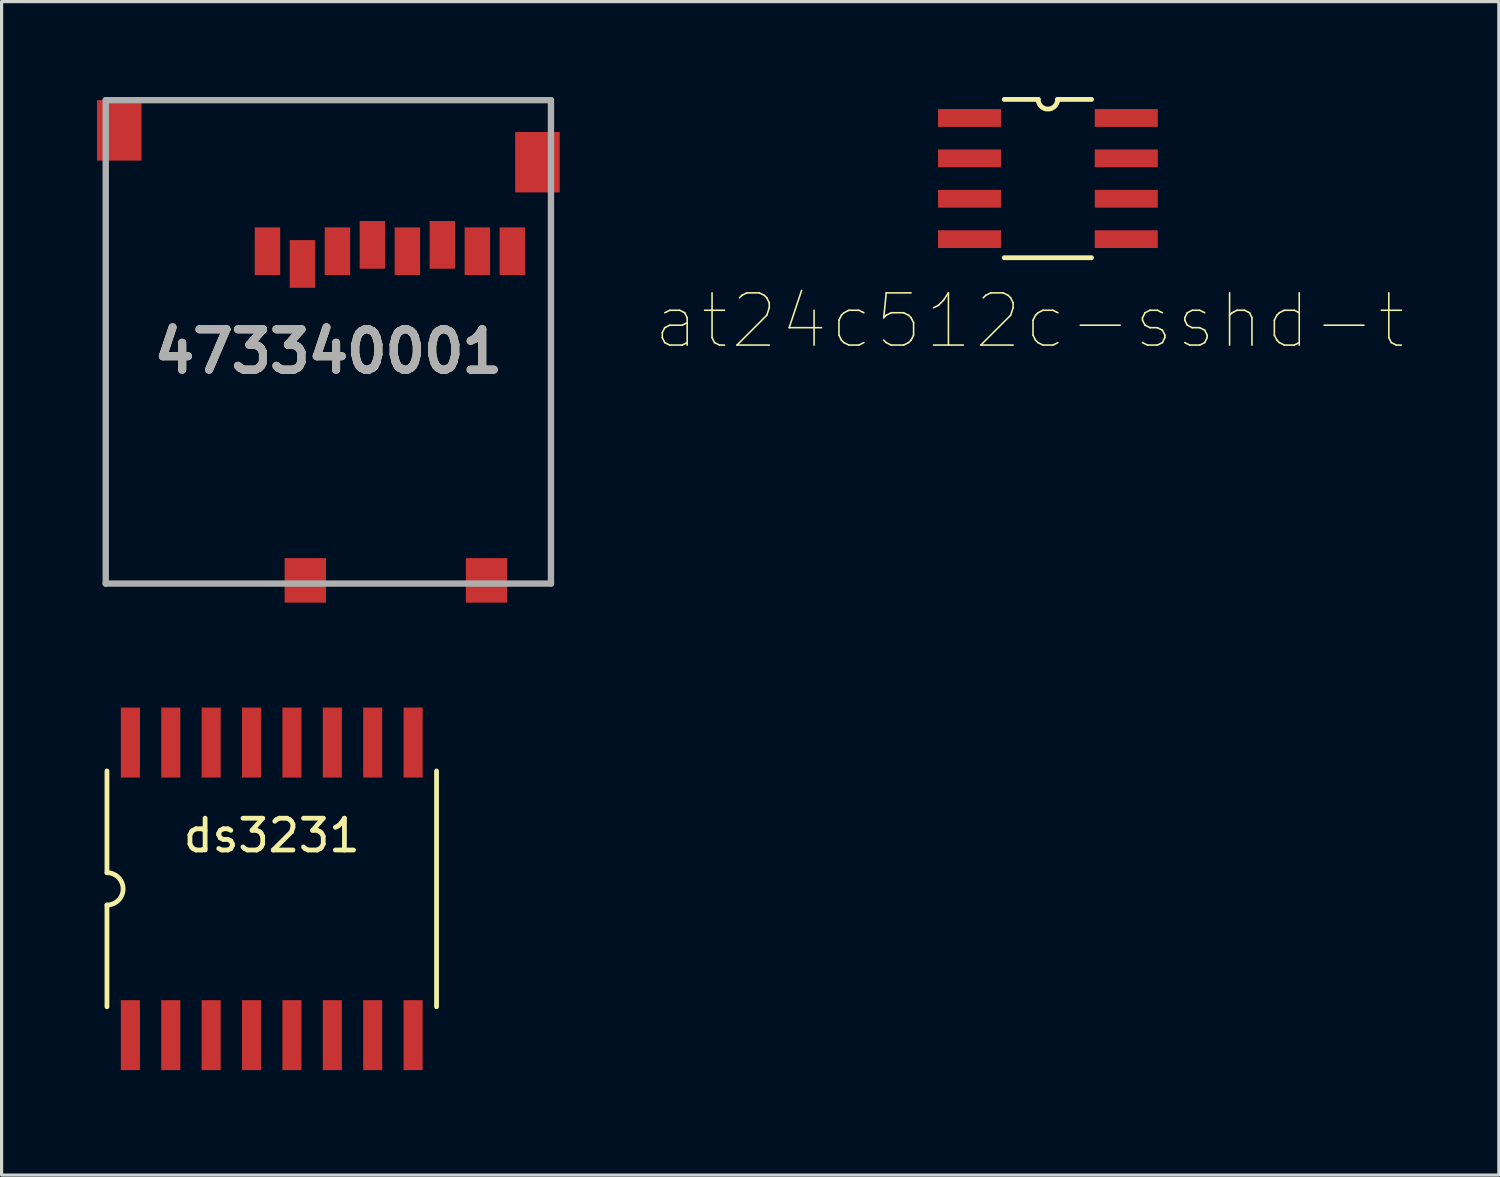
<source format=kicad_pcb>
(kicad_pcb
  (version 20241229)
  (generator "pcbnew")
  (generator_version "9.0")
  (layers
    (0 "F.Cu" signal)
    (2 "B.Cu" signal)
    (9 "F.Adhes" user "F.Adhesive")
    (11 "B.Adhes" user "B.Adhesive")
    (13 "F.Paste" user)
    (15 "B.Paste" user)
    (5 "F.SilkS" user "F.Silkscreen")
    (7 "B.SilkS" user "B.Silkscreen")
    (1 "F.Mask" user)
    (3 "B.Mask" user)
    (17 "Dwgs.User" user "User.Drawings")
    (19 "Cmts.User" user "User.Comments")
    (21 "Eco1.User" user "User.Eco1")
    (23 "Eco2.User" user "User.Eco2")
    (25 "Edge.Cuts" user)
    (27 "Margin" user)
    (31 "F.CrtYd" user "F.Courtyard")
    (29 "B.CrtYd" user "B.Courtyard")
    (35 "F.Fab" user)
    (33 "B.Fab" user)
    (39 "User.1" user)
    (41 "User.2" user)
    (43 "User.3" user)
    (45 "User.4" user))
  (footprint "473340001"
    (layer "F.Cu")
    (at 7.275 8)
    (property "Reference" "473340001" (at 0 0 0) (layer "F.SilkS") (effects (font (size 1.27 1.27) (thickness 0.254))))
    (attr smd)
    (fp_line (start -7 7.3) (end -7 -4.3) (stroke (width 0.1) (type solid)) (layer "F.SilkS"))
    (fp_line (start -5 -7.9) (end 7 -7.9) (stroke (width 0.1) (type solid)) (layer "F.SilkS"))
    (fp_line (start -2 7.3) (end -7 7.3) (stroke (width 0.1) (type solid)) (layer "F.SilkS"))
    (fp_line (start 3.5 7.3) (end 0.5 7.3) (stroke (width 0.1) (type solid)) (layer "F.SilkS"))
    (fp_line (start 7 -7.9) (end 7 -7.4) (stroke (width 0.1) (type solid)) (layer "F.SilkS"))
    (fp_line (start 7 -4.3) (end 7 7.3) (stroke (width 0.1) (type solid)) (layer "F.SilkS"))
    (fp_line (start 7 7.3) (end 6 7.3) (stroke (width 0.1) (type solid)) (layer "F.SilkS"))
    (fp_line (start -7 -7.9) (end 7 -7.9) (stroke (width 0.2) (type solid)) (layer "F.Fab"))
    (fp_line (start -7 7.3) (end -7 -7.9) (stroke (width 0.2) (type solid)) (layer "F.Fab"))
    (fp_line (start 7 -7.9) (end 7 7.3) (stroke (width 0.2) (type solid)) (layer "F.Fab"))
    (fp_line (start 7 7.3) (end -7 7.3) (stroke (width 0.2) (type solid)) (layer "F.Fab"))
    (fp_text user "${REFERENCE}" (at 0 0 0) (layer "F.Fab") (effects (font (size 1.27 1.27) (thickness 0.254))))
    (pad "" smd rect (at -0.725 7.2) (size 1.3 1.4) (layers "F.Cu" "F.Mask" "F.Paste"))
    (pad "" smd rect (at 4.975 7.2) (size 1.3 1.4) (layers "F.Cu" "F.Mask" "F.Paste"))
    (pad "1" smd rect (at -1.915 -3.15) (size 0.8 1.5) (layers "F.Cu" "F.Mask" "F.Paste"))
    (pad "2" smd rect (at -0.815 -2.75) (size 0.8 1.5) (layers "F.Cu" "F.Mask" "F.Paste"))
    (pad "3" smd rect (at 0.285 -3.15) (size 0.8 1.5) (layers "F.Cu" "F.Mask" "F.Paste"))
    (pad "4" smd rect (at 1.385 -3.35) (size 0.8 1.5) (layers "F.Cu" "F.Mask" "F.Paste"))
    (pad "5" smd rect (at 2.485 -3.15) (size 0.8 1.5) (layers "F.Cu" "F.Mask" "F.Paste"))
    (pad "6" smd rect (at 3.585 -3.35) (size 0.8 1.5) (layers "F.Cu" "F.Mask" "F.Paste"))
    (pad "7" smd rect (at 4.685 -3.15) (size 0.8 1.5) (layers "F.Cu" "F.Mask" "F.Paste"))
    (pad "8" smd rect (at 5.785 -3.15) (size 0.8 1.5) (layers "F.Cu" "F.Mask" "F.Paste"))
    (pad "9" smd rect (at -6.575 -6.95) (size 1.4 1.9) (layers "F.Cu" "F.Mask" "F.Paste"))
    (pad "9" smd rect (at 6.575 -5.95) (size 1.4 1.9) (layers "F.Cu" "F.Mask" "F.Paste")))
  (footprint "ds3231"
    (layer "F.Cu")
    (at 5.495 24.9)
    (property "Reference" "ds3231" (at 0 -1.676 0) (layer "F.SilkS") (effects (font (size 1 1) (thickness 0.15))))
    (attr smd)
    (fp_line (start -5.182 -0.508) (end -5.182 -3.708) (stroke (width 0.15) (type solid)) (layer "F.SilkS"))
    (fp_line (start -5.182 0.508) (end -5.182 3.708) (stroke (width 0.15) (type solid)) (layer "F.SilkS"))
    (fp_line (start 5.182 -3.708) (end 5.182 3.708) (stroke (width 0.15) (type solid)) (layer "F.SilkS"))
    (fp_arc (start -5.1816 -0.508) (mid -4.6736 0) (end -5.1816 0.508) (stroke (width 0.15) (type solid)) (layer "F.SilkS"))
    (fp_line (start -5.395 -5.9) (end 5.395 -5.9) (stroke (width 0.2) (type solid)) (layer "Eco1.User"))
    (fp_line (start -5.395 5.9) (end -5.395 -5.9) (stroke (width 0.2) (type solid)) (layer "Eco1.User"))
    (fp_line (start 5.395 -5.9) (end 5.395 5.9) (stroke (width 0.2) (type solid)) (layer "Eco1.User"))
    (fp_line (start 5.395 5.9) (end -5.395 5.9) (stroke (width 0.2) (type solid)) (layer "Eco1.User"))
    (fp_line (start -5.19 -3.7) (end 5.19 -3.7) (stroke (width 0.203) (type solid)) (layer "Eco2.User"))
    (fp_line (start -5.19 3.2) (end -5.19 -3.7) (stroke (width 0.203) (type solid)) (layer "Eco2.User"))
    (fp_line (start -5.19 3.7) (end -5.19 3.2) (stroke (width 0.203) (type solid)) (layer "Eco2.User"))
    (fp_line (start 5.19 -3.7) (end 5.19 3.2) (stroke (width 0.203) (type solid)) (layer "Eco2.User"))
    (fp_line (start 5.19 3.2) (end -5.19 3.2) (stroke (width 0.203) (type solid)) (layer "Eco2.User"))
    (fp_line (start 5.19 3.2) (end 5.19 3.7) (stroke (width 0.203) (type solid)) (layer "Eco2.User"))
    (fp_line (start 5.19 3.7) (end -5.19 3.7) (stroke (width 0.203) (type solid)) (layer "Eco2.User"))
    (fp_poly (pts (xy -4.69 -5.32) (xy -4.2 -5.32) (xy -4.2 -3.8) (xy -4.69 -3.8)) (stroke (width 0.1) (type solid)) (fill no) (layer "Eco2.User"))
    (fp_poly (pts (xy -4.69 3.8) (xy -4.2 3.8) (xy -4.2 5.32) (xy -4.69 5.32)) (stroke (width 0.1) (type solid)) (fill no) (layer "Eco2.User"))
    (fp_poly (pts (xy -3.42 -5.32) (xy -2.93 -5.32) (xy -2.93 -3.8) (xy -3.42 -3.8)) (stroke (width 0.1) (type solid)) (fill no) (layer "Eco2.User"))
    (fp_poly (pts (xy -3.42 3.8) (xy -2.93 3.8) (xy -2.93 5.32) (xy -3.42 5.32)) (stroke (width 0.1) (type solid)) (fill no) (layer "Eco2.User"))
    (fp_poly (pts (xy -2.15 -5.32) (xy -1.66 -5.32) (xy -1.66 -3.8) (xy -2.15 -3.8)) (stroke (width 0.1) (type solid)) (fill no) (layer "Eco2.User"))
    (fp_poly (pts (xy -2.15 3.8) (xy -1.66 3.8) (xy -1.66 5.32) (xy -2.15 5.32)) (stroke (width 0.1) (type solid)) (fill no) (layer "Eco2.User"))
    (fp_poly (pts (xy -0.88 -5.32) (xy -0.39 -5.32) (xy -0.39 -3.8) (xy -0.88 -3.8)) (stroke (width 0.1) (type solid)) (fill no) (layer "Eco2.User"))
    (fp_poly (pts (xy -0.88 3.8) (xy -0.39 3.8) (xy -0.39 5.32) (xy -0.88 5.32)) (stroke (width 0.1) (type solid)) (fill no) (layer "Eco2.User"))
    (fp_poly (pts (xy 0.39 -5.32) (xy 0.88 -5.32) (xy 0.88 -3.8) (xy 0.39 -3.8)) (stroke (width 0.1) (type solid)) (fill no) (layer "Eco2.User"))
    (fp_poly (pts (xy 0.39 3.8) (xy 0.88 3.8) (xy 0.88 5.32) (xy 0.39 5.32)) (stroke (width 0.1) (type solid)) (fill no) (layer "Eco2.User"))
    (fp_poly (pts (xy 1.66 -5.32) (xy 2.15 -5.32) (xy 2.15 -3.8) (xy 1.66 -3.8)) (stroke (width 0.1) (type solid)) (fill no) (layer "Eco2.User"))
    (fp_poly (pts (xy 1.66 3.8) (xy 2.15 3.8) (xy 2.15 5.32) (xy 1.66 5.32)) (stroke (width 0.1) (type solid)) (fill no) (layer "Eco2.User"))
    (fp_poly (pts (xy 2.93 -5.32) (xy 3.42 -5.32) (xy 3.42 -3.8) (xy 2.93 -3.8)) (stroke (width 0.1) (type solid)) (fill no) (layer "Eco2.User"))
    (fp_poly (pts (xy 2.93 3.8) (xy 3.42 3.8) (xy 3.42 5.32) (xy 2.93 5.32)) (stroke (width 0.1) (type solid)) (fill no) (layer "Eco2.User"))
    (fp_poly (pts (xy 4.2 -5.32) (xy 4.69 -5.32) (xy 4.69 -3.8) (xy 4.2 -3.8)) (stroke (width 0.1) (type solid)) (fill no) (layer "Eco2.User"))
    (fp_poly (pts (xy 4.2 3.8) (xy 4.69 3.8) (xy 4.69 5.32) (xy 4.2 5.32)) (stroke (width 0.1) (type solid)) (fill no) (layer "Eco2.User"))
    (pad "1" smd rect (at -4.445 4.6) (size 0.6 2.2) (layers "F.Cu" "F.Mask" "F.Paste"))
    (pad "2" smd rect (at -3.175 4.6) (size 0.6 2.2) (layers "F.Cu" "F.Mask" "F.Paste"))
    (pad "3" smd rect (at -1.905 4.6) (size 0.6 2.2) (layers "F.Cu" "F.Mask" "F.Paste"))
    (pad "4" smd rect (at -0.635 4.6) (size 0.6 2.2) (layers "F.Cu" "F.Mask" "F.Paste"))
    (pad "5" smd rect (at 0.635 4.6) (size 0.6 2.2) (layers "F.Cu" "F.Mask" "F.Paste"))
    (pad "6" smd rect (at 1.905 4.6) (size 0.6 2.2) (layers "F.Cu" "F.Mask" "F.Paste"))
    (pad "7" smd rect (at 3.175 4.6) (size 0.6 2.2) (layers "F.Cu" "F.Mask" "F.Paste"))
    (pad "8" smd rect (at 4.445 4.6) (size 0.6 2.2) (layers "F.Cu" "F.Mask" "F.Paste"))
    (pad "9" smd rect (at 4.445 -4.6) (size 0.6 2.2) (layers "F.Cu" "F.Mask" "F.Paste"))
    (pad "10" smd rect (at 3.175 -4.6) (size 0.6 2.2) (layers "F.Cu" "F.Mask" "F.Paste"))
    (pad "11" smd rect (at 1.905 -4.6) (size 0.6 2.2) (layers "F.Cu" "F.Mask" "F.Paste"))
    (pad "12" smd rect (at 0.635 -4.6) (size 0.6 2.2) (layers "F.Cu" "F.Mask" "F.Paste"))
    (pad "13" smd rect (at -0.635 -4.6) (size 0.6 2.2) (layers "F.Cu" "F.Mask" "F.Paste"))
    (pad "14" smd rect (at -1.905 -4.6) (size 0.6 2.2) (layers "F.Cu" "F.Mask" "F.Paste"))
    (pad "15" smd rect (at -3.175 -4.6) (size 0.6 2.2) (layers "F.Cu" "F.Mask" "F.Paste"))
    (pad "16" smd rect (at -4.445 -4.6) (size 0.6 2.2) (layers "F.Cu" "F.Mask" "F.Paste")))
  (footprint "at24c512c-sshd-t"
    (layer "F.Cu")
    (at 29.901 2.565)
    (property "Reference" "at24c512c-sshd-t" (at -0.585 4.479 0) (layer "F.SilkS") (effects (font (size 1.643 1.643) (thickness 0.05))))
    (attr smd)
    (fp_line (start -1.372 2.489) (end 1.372 2.489) (stroke (width 0.152) (type solid)) (layer "F.SilkS"))
    (fp_line (start -0.305 -2.489) (end -1.372 -2.489) (stroke (width 0.152) (type solid)) (layer "F.SilkS"))
    (fp_line (start 1.372 -2.489) (end 0.305 -2.489) (stroke (width 0.152) (type solid)) (layer "F.SilkS"))
    (fp_arc (start 0.3048 -2.4892) (mid 0 -2.1844) (end -0.3048 -2.4892) (stroke (width 0.1524) (type solid)) (layer "F.SilkS"))
    (fp_line (start -3.099 -2.159) (end -3.099 -1.651) (stroke (width 0.1) (type solid)) (layer "Eco2.User"))
    (fp_line (start -3.099 -1.651) (end -2.007 -1.651) (stroke (width 0.1) (type solid)) (layer "Eco2.User"))
    (fp_line (start -3.099 -0.889) (end -3.099 -0.381) (stroke (width 0.1) (type solid)) (layer "Eco2.User"))
    (fp_line (start -3.099 -0.381) (end -2.007 -0.381) (stroke (width 0.1) (type solid)) (layer "Eco2.User"))
    (fp_line (start -3.099 0.381) (end -3.099 0.889) (stroke (width 0.1) (type solid)) (layer "Eco2.User"))
    (fp_line (start -3.099 0.889) (end -2.007 0.889) (stroke (width 0.1) (type solid)) (layer "Eco2.User"))
    (fp_line (start -3.099 1.651) (end -3.099 2.159) (stroke (width 0.1) (type solid)) (layer "Eco2.User"))
    (fp_line (start -3.099 2.159) (end -2.007 2.159) (stroke (width 0.1) (type solid)) (layer "Eco2.User"))
    (fp_line (start -2.007 -2.489) (end -2.007 2.489) (stroke (width 0.1) (type solid)) (layer "Eco2.User"))
    (fp_line (start -2.007 -2.159) (end -3.099 -2.159) (stroke (width 0.1) (type solid)) (layer "Eco2.User"))
    (fp_line (start -2.007 -1.651) (end -2.007 -2.159) (stroke (width 0.1) (type solid)) (layer "Eco2.User"))
    (fp_line (start -2.007 -0.889) (end -3.099 -0.889) (stroke (width 0.1) (type solid)) (layer "Eco2.User"))
    (fp_line (start -2.007 -0.381) (end -2.007 -0.889) (stroke (width 0.1) (type solid)) (layer "Eco2.User"))
    (fp_line (start -2.007 0.381) (end -3.099 0.381) (stroke (width 0.1) (type solid)) (layer "Eco2.User"))
    (fp_line (start -2.007 0.889) (end -2.007 0.381) (stroke (width 0.1) (type solid)) (layer "Eco2.User"))
    (fp_line (start -2.007 1.651) (end -3.099 1.651) (stroke (width 0.1) (type solid)) (layer "Eco2.User"))
    (fp_line (start -2.007 2.159) (end -2.007 1.651) (stroke (width 0.1) (type solid)) (layer "Eco2.User"))
    (fp_line (start -2.007 2.489) (end 2.007 2.489) (stroke (width 0.1) (type solid)) (layer "Eco2.User"))
    (fp_line (start -0.305 -2.489) (end -2.007 -2.489) (stroke (width 0.1) (type solid)) (layer "Eco2.User"))
    (fp_line (start 2.007 -2.489) (end 0.305 -2.489) (stroke (width 0.1) (type solid)) (layer "Eco2.User"))
    (fp_line (start 2.007 -2.159) (end 2.007 -1.651) (stroke (width 0.1) (type solid)) (layer "Eco2.User"))
    (fp_line (start 2.007 -1.651) (end 3.099 -1.651) (stroke (width 0.1) (type solid)) (layer "Eco2.User"))
    (fp_line (start 2.007 -0.889) (end 2.007 -0.381) (stroke (width 0.1) (type solid)) (layer "Eco2.User"))
    (fp_line (start 2.007 -0.381) (end 3.099 -0.381) (stroke (width 0.1) (type solid)) (layer "Eco2.User"))
    (fp_line (start 2.007 0.381) (end 2.007 0.889) (stroke (width 0.1) (type solid)) (layer "Eco2.User"))
    (fp_line (start 2.007 0.889) (end 3.099 0.889) (stroke (width 0.1) (type solid)) (layer "Eco2.User"))
    (fp_line (start 2.007 1.651) (end 2.007 2.159) (stroke (width 0.1) (type solid)) (layer "Eco2.User"))
    (fp_line (start 2.007 2.159) (end 3.099 2.159) (stroke (width 0.1) (type solid)) (layer "Eco2.User"))
    (fp_line (start 2.007 2.489) (end 2.007 -2.489) (stroke (width 0.1) (type solid)) (layer "Eco2.User"))
    (fp_line (start 3.099 -2.159) (end 2.007 -2.159) (stroke (width 0.1) (type solid)) (layer "Eco2.User"))
    (fp_line (start 3.099 -1.651) (end 3.099 -2.159) (stroke (width 0.1) (type solid)) (layer "Eco2.User"))
    (fp_line (start 3.099 -0.889) (end 2.007 -0.889) (stroke (width 0.1) (type solid)) (layer "Eco2.User"))
    (fp_line (start 3.099 -0.381) (end 3.099 -0.889) (stroke (width 0.1) (type solid)) (layer "Eco2.User"))
    (fp_line (start 3.099 0.381) (end 2.007 0.381) (stroke (width 0.1) (type solid)) (layer "Eco2.User"))
    (fp_line (start 3.099 0.889) (end 3.099 0.381) (stroke (width 0.1) (type solid)) (layer "Eco2.User"))
    (fp_line (start 3.099 1.651) (end 2.007 1.651) (stroke (width 0.1) (type solid)) (layer "Eco2.User"))
    (fp_line (start 3.099 2.159) (end 3.099 1.651) (stroke (width 0.1) (type solid)) (layer "Eco2.User"))
    (fp_arc (start 0.3048 -2.4892) (mid 0 -2.1844) (end -0.3048 -2.4892) (stroke (width 0.1) (type solid)) (layer "Eco2.User"))
    (pad "1" smd rect (at -2.464 -1.905) (size 1.981 0.559) (layers "F.Cu" "F.Mask" "F.Paste"))
    (pad "2" smd rect (at -2.464 -0.635) (size 1.981 0.559) (layers "F.Cu" "F.Mask" "F.Paste"))
    (pad "3" smd rect (at -2.464 0.635) (size 1.981 0.559) (layers "F.Cu" "F.Mask" "F.Paste"))
    (pad "4" smd rect (at -2.464 1.905) (size 1.981 0.559) (layers "F.Cu" "F.Mask" "F.Paste"))
    (pad "5" smd rect (at 2.464 1.905) (size 1.981 0.559) (layers "F.Cu" "F.Mask" "F.Paste"))
    (pad "6" smd rect (at 2.464 0.635) (size 1.981 0.559) (layers "F.Cu" "F.Mask" "F.Paste"))
    (pad "7" smd rect (at 2.464 -0.635) (size 1.981 0.559) (layers "F.Cu" "F.Mask" "F.Paste"))
    (pad "8" smd rect (at 2.464 -1.905) (size 1.981 0.559) (layers "F.Cu" "F.Mask" "F.Paste")))
  (gr_rect
    (start -3 -3)
    (end 44.081 33.9)
    (stroke (width 0.1) (type default))
    (fill no)
    (layer "Edge.Cuts")))
</source>
